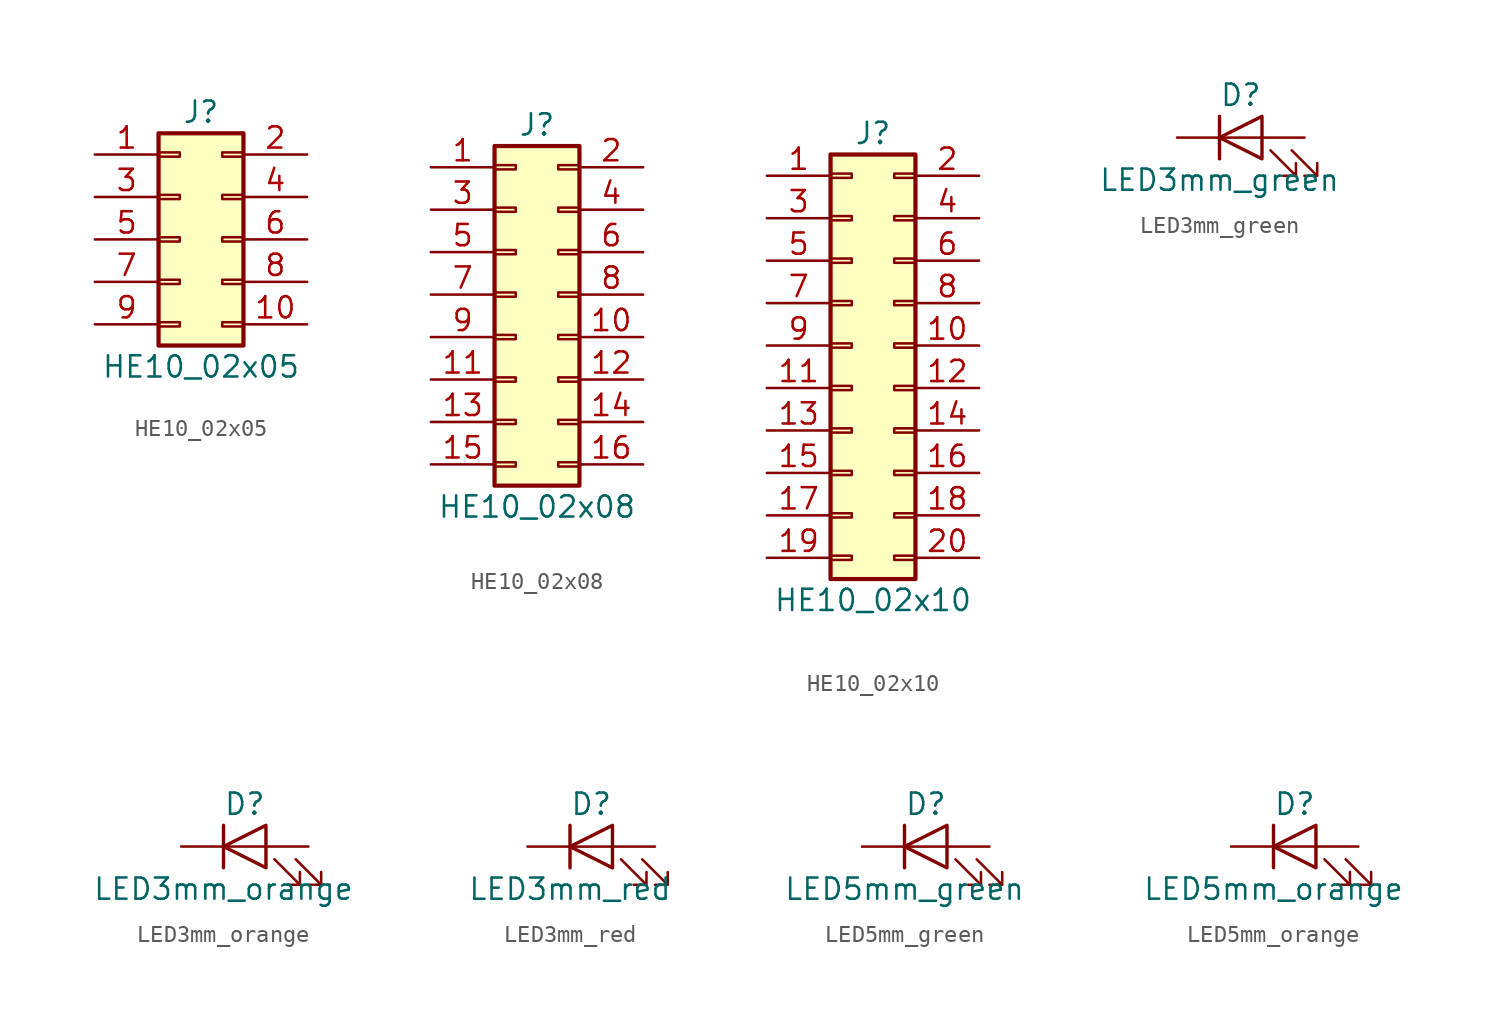
<source format=kicad_sym>
(kicad_symbol_lib
  (version 20231120)
  (generator "kicad_symbol_editor")
  (generator_version "8.0")
  (symbol "HE10_02x05"
    (pin_names
      (offset 1.016) hide)
    (property "Reference" "J"
      (at 1.27 7.62 0)
      (effects (font (size 1.27 1.27))))
    (property "Value" "HE10_02x05"
      (at 1.27 -7.62 0)
      (effects (font (size 1.27 1.27))))
    (symbol "HE10_02x05_1_1"
      (rectangle (start -1.27 -4.953) (end 0 -5.207) (stroke (width 0.152) (type default)) (fill (type none)))
      (rectangle (start -1.27 -2.413) (end 0 -2.667) (stroke (width 0.152) (type default)) (fill (type none)))
      (rectangle (start -1.27 0.127) (end 0 -0.127) (stroke (width 0.152) (type default)) (fill (type none)))
      (rectangle (start -1.27 2.667) (end 0 2.413) (stroke (width 0.152) (type default)) (fill (type none)))
      (rectangle (start -1.27 5.207) (end 0 4.953) (stroke (width 0.152) (type default)) (fill (type none)))
      (rectangle (start -1.27 6.35) (end 3.81 -6.35) (stroke (width 0.254) (type default)) (fill (type background)))
      (rectangle (start 3.81 -4.953) (end 2.54 -5.207) (stroke (width 0.152) (type default)) (fill (type none)))
      (rectangle (start 3.81 -2.413) (end 2.54 -2.667) (stroke (width 0.152) (type default)) (fill (type none)))
      (rectangle (start 3.81 0.127) (end 2.54 -0.127) (stroke (width 0.152) (type default)) (fill (type none)))
      (rectangle (start 3.81 2.667) (end 2.54 2.413) (stroke (width 0.152) (type default)) (fill (type none)))
      (rectangle (start 3.81 5.207) (end 2.54 4.953) (stroke (width 0.152) (type default)) (fill (type none)))
      (pin passive line (at -5.08 5.08 0) (length 3.81) (name "Pin_1" (effects (font (size 1.27 1.27)))) (number "1" (effects (font (size 1.27 1.27)))))
      (pin passive line (at 7.62 -5.08 180) (length 3.81) (name "Pin_10" (effects (font (size 1.27 1.27)))) (number "10" (effects (font (size 1.27 1.27)))))
      (pin passive line (at 7.62 5.08 180) (length 3.81) (name "Pin_2" (effects (font (size 1.27 1.27)))) (number "2" (effects (font (size 1.27 1.27)))))
      (pin passive line (at -5.08 2.54 0) (length 3.81) (name "Pin_3" (effects (font (size 1.27 1.27)))) (number "3" (effects (font (size 1.27 1.27)))))
      (pin passive line (at 7.62 2.54 180) (length 3.81) (name "Pin_4" (effects (font (size 1.27 1.27)))) (number "4" (effects (font (size 1.27 1.27)))))
      (pin passive line (at -5.08 0 0) (length 3.81) (name "Pin_5" (effects (font (size 1.27 1.27)))) (number "5" (effects (font (size 1.27 1.27)))))
      (pin passive line (at 7.62 0 180) (length 3.81) (name "Pin_6" (effects (font (size 1.27 1.27)))) (number "6" (effects (font (size 1.27 1.27)))))
      (pin passive line (at -5.08 -2.54 0) (length 3.81) (name "Pin_7" (effects (font (size 1.27 1.27)))) (number "7" (effects (font (size 1.27 1.27)))))
      (pin passive line (at 7.62 -2.54 180) (length 3.81) (name "Pin_8" (effects (font (size 1.27 1.27)))) (number "8" (effects (font (size 1.27 1.27)))))
      (pin passive line (at -5.08 -5.08 0) (length 3.81) (name "Pin_9" (effects (font (size 1.27 1.27)))) (number "9" (effects (font (size 1.27 1.27)))))))
  (symbol "HE10_02x08"
    (pin_names
      (offset 1.016) hide)
    (property "Reference" "J"
      (at 1.27 10.16 0)
      (effects (font (size 1.27 1.27))))
    (property "Value" "HE10_02x08"
      (at 1.27 -12.7 0)
      (effects (font (size 1.27 1.27))))
    (symbol "HE10_02x08_1_1"
      (rectangle (start -1.27 -10.033) (end 0 -10.287) (stroke (width 0.152) (type default)) (fill (type none)))
      (rectangle (start -1.27 -7.493) (end 0 -7.747) (stroke (width 0.152) (type default)) (fill (type none)))
      (rectangle (start -1.27 -4.953) (end 0 -5.207) (stroke (width 0.152) (type default)) (fill (type none)))
      (rectangle (start -1.27 -2.413) (end 0 -2.667) (stroke (width 0.152) (type default)) (fill (type none)))
      (rectangle (start -1.27 0.127) (end 0 -0.127) (stroke (width 0.152) (type default)) (fill (type none)))
      (rectangle (start -1.27 2.667) (end 0 2.413) (stroke (width 0.152) (type default)) (fill (type none)))
      (rectangle (start -1.27 5.207) (end 0 4.953) (stroke (width 0.152) (type default)) (fill (type none)))
      (rectangle (start -1.27 7.747) (end 0 7.493) (stroke (width 0.152) (type default)) (fill (type none)))
      (rectangle (start -1.27 8.89) (end 3.81 -11.43) (stroke (width 0.254) (type default)) (fill (type background)))
      (rectangle (start 3.81 -10.033) (end 2.54 -10.287) (stroke (width 0.152) (type default)) (fill (type none)))
      (rectangle (start 3.81 -7.493) (end 2.54 -7.747) (stroke (width 0.152) (type default)) (fill (type none)))
      (rectangle (start 3.81 -4.953) (end 2.54 -5.207) (stroke (width 0.152) (type default)) (fill (type none)))
      (rectangle (start 3.81 -2.413) (end 2.54 -2.667) (stroke (width 0.152) (type default)) (fill (type none)))
      (rectangle (start 3.81 0.127) (end 2.54 -0.127) (stroke (width 0.152) (type default)) (fill (type none)))
      (rectangle (start 3.81 2.667) (end 2.54 2.413) (stroke (width 0.152) (type default)) (fill (type none)))
      (rectangle (start 3.81 5.207) (end 2.54 4.953) (stroke (width 0.152) (type default)) (fill (type none)))
      (rectangle (start 3.81 7.747) (end 2.54 7.493) (stroke (width 0.152) (type default)) (fill (type none)))
      (pin passive line (at -5.08 7.62 0) (length 3.81) (name "Pin_1" (effects (font (size 1.27 1.27)))) (number "1" (effects (font (size 1.27 1.27)))))
      (pin passive line (at 7.62 -2.54 180) (length 3.81) (name "Pin_10" (effects (font (size 1.27 1.27)))) (number "10" (effects (font (size 1.27 1.27)))))
      (pin passive line (at -5.08 -5.08 0) (length 3.81) (name "Pin_11" (effects (font (size 1.27 1.27)))) (number "11" (effects (font (size 1.27 1.27)))))
      (pin passive line (at 7.62 -5.08 180) (length 3.81) (name "Pin_12" (effects (font (size 1.27 1.27)))) (number "12" (effects (font (size 1.27 1.27)))))
      (pin passive line (at -5.08 -7.62 0) (length 3.81) (name "Pin_13" (effects (font (size 1.27 1.27)))) (number "13" (effects (font (size 1.27 1.27)))))
      (pin passive line (at 7.62 -7.62 180) (length 3.81) (name "Pin_14" (effects (font (size 1.27 1.27)))) (number "14" (effects (font (size 1.27 1.27)))))
      (pin passive line (at -5.08 -10.16 0) (length 3.81) (name "Pin_15" (effects (font (size 1.27 1.27)))) (number "15" (effects (font (size 1.27 1.27)))))
      (pin passive line (at 7.62 -10.16 180) (length 3.81) (name "Pin_16" (effects (font (size 1.27 1.27)))) (number "16" (effects (font (size 1.27 1.27)))))
      (pin passive line (at 7.62 7.62 180) (length 3.81) (name "Pin_2" (effects (font (size 1.27 1.27)))) (number "2" (effects (font (size 1.27 1.27)))))
      (pin passive line (at -5.08 5.08 0) (length 3.81) (name "Pin_3" (effects (font (size 1.27 1.27)))) (number "3" (effects (font (size 1.27 1.27)))))
      (pin passive line (at 7.62 5.08 180) (length 3.81) (name "Pin_4" (effects (font (size 1.27 1.27)))) (number "4" (effects (font (size 1.27 1.27)))))
      (pin passive line (at -5.08 2.54 0) (length 3.81) (name "Pin_5" (effects (font (size 1.27 1.27)))) (number "5" (effects (font (size 1.27 1.27)))))
      (pin passive line (at 7.62 2.54 180) (length 3.81) (name "Pin_6" (effects (font (size 1.27 1.27)))) (number "6" (effects (font (size 1.27 1.27)))))
      (pin passive line (at -5.08 0 0) (length 3.81) (name "Pin_7" (effects (font (size 1.27 1.27)))) (number "7" (effects (font (size 1.27 1.27)))))
      (pin passive line (at 7.62 0 180) (length 3.81) (name "Pin_8" (effects (font (size 1.27 1.27)))) (number "8" (effects (font (size 1.27 1.27)))))
      (pin passive line (at -5.08 -2.54 0) (length 3.81) (name "Pin_9" (effects (font (size 1.27 1.27)))) (number "9" (effects (font (size 1.27 1.27)))))))
  (symbol "HE10_02x10"
    (pin_names
      (offset 1.016) hide)
    (property "Reference" "J"
      (at 1.27 12.7 0)
      (effects (font (size 1.27 1.27))))
    (property "Value" "HE10_02x10"
      (at 1.27 -15.24 0)
      (effects (font (size 1.27 1.27))))
    (symbol "HE10_02x10_1_1"
      (rectangle (start -1.27 -12.573) (end 0 -12.827) (stroke (width 0.152) (type default)) (fill (type none)))
      (rectangle (start -1.27 -10.033) (end 0 -10.287) (stroke (width 0.152) (type default)) (fill (type none)))
      (rectangle (start -1.27 -7.493) (end 0 -7.747) (stroke (width 0.152) (type default)) (fill (type none)))
      (rectangle (start -1.27 -4.953) (end 0 -5.207) (stroke (width 0.152) (type default)) (fill (type none)))
      (rectangle (start -1.27 -2.413) (end 0 -2.667) (stroke (width 0.152) (type default)) (fill (type none)))
      (rectangle (start -1.27 0.127) (end 0 -0.127) (stroke (width 0.152) (type default)) (fill (type none)))
      (rectangle (start -1.27 2.667) (end 0 2.413) (stroke (width 0.152) (type default)) (fill (type none)))
      (rectangle (start -1.27 5.207) (end 0 4.953) (stroke (width 0.152) (type default)) (fill (type none)))
      (rectangle (start -1.27 7.747) (end 0 7.493) (stroke (width 0.152) (type default)) (fill (type none)))
      (rectangle (start -1.27 10.287) (end 0 10.033) (stroke (width 0.152) (type default)) (fill (type none)))
      (rectangle (start -1.27 11.43) (end 3.81 -13.97) (stroke (width 0.254) (type default)) (fill (type background)))
      (rectangle (start 3.81 -12.573) (end 2.54 -12.827) (stroke (width 0.152) (type default)) (fill (type none)))
      (rectangle (start 3.81 -10.033) (end 2.54 -10.287) (stroke (width 0.152) (type default)) (fill (type none)))
      (rectangle (start 3.81 -7.493) (end 2.54 -7.747) (stroke (width 0.152) (type default)) (fill (type none)))
      (rectangle (start 3.81 -4.953) (end 2.54 -5.207) (stroke (width 0.152) (type default)) (fill (type none)))
      (rectangle (start 3.81 -2.413) (end 2.54 -2.667) (stroke (width 0.152) (type default)) (fill (type none)))
      (rectangle (start 3.81 0.127) (end 2.54 -0.127) (stroke (width 0.152) (type default)) (fill (type none)))
      (rectangle (start 3.81 2.667) (end 2.54 2.413) (stroke (width 0.152) (type default)) (fill (type none)))
      (rectangle (start 3.81 5.207) (end 2.54 4.953) (stroke (width 0.152) (type default)) (fill (type none)))
      (rectangle (start 3.81 7.747) (end 2.54 7.493) (stroke (width 0.152) (type default)) (fill (type none)))
      (rectangle (start 3.81 10.287) (end 2.54 10.033) (stroke (width 0.152) (type default)) (fill (type none)))
      (pin passive line (at -5.08 10.16 0) (length 3.81) (name "Pin_1" (effects (font (size 1.27 1.27)))) (number "1" (effects (font (size 1.27 1.27)))))
      (pin passive line (at 7.62 0 180) (length 3.81) (name "Pin_10" (effects (font (size 1.27 1.27)))) (number "10" (effects (font (size 1.27 1.27)))))
      (pin passive line (at -5.08 -2.54 0) (length 3.81) (name "Pin_11" (effects (font (size 1.27 1.27)))) (number "11" (effects (font (size 1.27 1.27)))))
      (pin passive line (at 7.62 -2.54 180) (length 3.81) (name "Pin_12" (effects (font (size 1.27 1.27)))) (number "12" (effects (font (size 1.27 1.27)))))
      (pin passive line (at -5.08 -5.08 0) (length 3.81) (name "Pin_13" (effects (font (size 1.27 1.27)))) (number "13" (effects (font (size 1.27 1.27)))))
      (pin passive line (at 7.62 -5.08 180) (length 3.81) (name "Pin_14" (effects (font (size 1.27 1.27)))) (number "14" (effects (font (size 1.27 1.27)))))
      (pin passive line (at -5.08 -7.62 0) (length 3.81) (name "Pin_15" (effects (font (size 1.27 1.27)))) (number "15" (effects (font (size 1.27 1.27)))))
      (pin passive line (at 7.62 -7.62 180) (length 3.81) (name "Pin_16" (effects (font (size 1.27 1.27)))) (number "16" (effects (font (size 1.27 1.27)))))
      (pin passive line (at -5.08 -10.16 0) (length 3.81) (name "Pin_17" (effects (font (size 1.27 1.27)))) (number "17" (effects (font (size 1.27 1.27)))))
      (pin passive line (at 7.62 -10.16 180) (length 3.81) (name "Pin_18" (effects (font (size 1.27 1.27)))) (number "18" (effects (font (size 1.27 1.27)))))
      (pin passive line (at -5.08 -12.7 0) (length 3.81) (name "Pin_19" (effects (font (size 1.27 1.27)))) (number "19" (effects (font (size 1.27 1.27)))))
      (pin passive line (at 7.62 10.16 180) (length 3.81) (name "Pin_2" (effects (font (size 1.27 1.27)))) (number "2" (effects (font (size 1.27 1.27)))))
      (pin passive line (at 7.62 -12.7 180) (length 3.81) (name "Pin_20" (effects (font (size 1.27 1.27)))) (number "20" (effects (font (size 1.27 1.27)))))
      (pin passive line (at -5.08 7.62 0) (length 3.81) (name "Pin_3" (effects (font (size 1.27 1.27)))) (number "3" (effects (font (size 1.27 1.27)))))
      (pin passive line (at 7.62 7.62 180) (length 3.81) (name "Pin_4" (effects (font (size 1.27 1.27)))) (number "4" (effects (font (size 1.27 1.27)))))
      (pin passive line (at -5.08 5.08 0) (length 3.81) (name "Pin_5" (effects (font (size 1.27 1.27)))) (number "5" (effects (font (size 1.27 1.27)))))
      (pin passive line (at 7.62 5.08 180) (length 3.81) (name "Pin_6" (effects (font (size 1.27 1.27)))) (number "6" (effects (font (size 1.27 1.27)))))
      (pin passive line (at -5.08 2.54 0) (length 3.81) (name "Pin_7" (effects (font (size 1.27 1.27)))) (number "7" (effects (font (size 1.27 1.27)))))
      (pin passive line (at 7.62 2.54 180) (length 3.81) (name "Pin_8" (effects (font (size 1.27 1.27)))) (number "8" (effects (font (size 1.27 1.27)))))
      (pin passive line (at -5.08 0 0) (length 3.81) (name "Pin_9" (effects (font (size 1.27 1.27)))) (number "9" (effects (font (size 1.27 1.27)))))))
  (symbol "LED3mm_green"
    (pin_numbers hide)
    (pin_names
      (offset 1.016) hide)
    (property "Reference" "D"
      (at 0 2.54 0)
      (effects (font (size 1.27 1.27))))
    (property "Value" "LED3mm_green"
      (at -1.27 -2.54 0)
      (effects (font (size 1.27 1.27))))
    (symbol "LED3mm_green_0_1"
      (polyline (pts (xy -1.27 -1.27) (xy -1.27 1.27)) (stroke (width 0.203) (type default)) (fill (type none)))
      (polyline (pts (xy -1.27 0) (xy 1.27 0)) (stroke (width 0) (type default)) (fill (type none)))
      (polyline (pts (xy 1.27 -1.27) (xy 1.27 1.27) (xy -1.27 0) (xy 1.27 -1.27)) (stroke (width 0.203) (type default)) (fill (type none)))
      (polyline (pts (xy 1.778 -0.762) (xy 3.302 -2.286) (xy 2.54 -2.286) (xy 3.302 -2.286) (xy 3.302 -1.524)) (stroke (width 0) (type default)) (fill (type none)))
      (polyline (pts (xy 3.048 -0.762) (xy 4.572 -2.286) (xy 3.81 -2.286) (xy 4.572 -2.286) (xy 4.572 -1.524)) (stroke (width 0) (type default)) (fill (type none))))
    (symbol "LED3mm_green_1_1"
      (pin passive line (at -3.81 0 0) (length 2.54) (name "K" (effects (font (size 1.27 1.27)))) (number "1" (effects (font (size 1.27 1.27)))))
      (pin passive line (at 3.81 0 180) (length 2.54) (name "A" (effects (font (size 1.27 1.27)))) (number "2" (effects (font (size 1.27 1.27)))))))
  (symbol "LED3mm_orange"
    (pin_numbers hide)
    (pin_names
      (offset 1.016) hide)
    (property "Reference" "D"
      (at 0 2.54 0)
      (effects (font (size 1.27 1.27))))
    (property "Value" "LED3mm_orange"
      (at -1.27 -2.54 0)
      (effects (font (size 1.27 1.27))))
    (symbol "LED3mm_orange_0_1"
      (polyline (pts (xy -1.27 -1.27) (xy -1.27 1.27)) (stroke (width 0.203) (type default)) (fill (type none)))
      (polyline (pts (xy -1.27 0) (xy 1.27 0)) (stroke (width 0) (type default)) (fill (type none)))
      (polyline (pts (xy 1.27 -1.27) (xy 1.27 1.27) (xy -1.27 0) (xy 1.27 -1.27)) (stroke (width 0.203) (type default)) (fill (type none)))
      (polyline (pts (xy 1.778 -0.762) (xy 3.302 -2.286) (xy 2.54 -2.286) (xy 3.302 -2.286) (xy 3.302 -1.524)) (stroke (width 0) (type default)) (fill (type none)))
      (polyline (pts (xy 3.048 -0.762) (xy 4.572 -2.286) (xy 3.81 -2.286) (xy 4.572 -2.286) (xy 4.572 -1.524)) (stroke (width 0) (type default)) (fill (type none))))
    (symbol "LED3mm_orange_1_1"
      (pin passive line (at -3.81 0 0) (length 2.54) (name "K" (effects (font (size 1.27 1.27)))) (number "1" (effects (font (size 1.27 1.27)))))
      (pin passive line (at 3.81 0 180) (length 2.54) (name "A" (effects (font (size 1.27 1.27)))) (number "2" (effects (font (size 1.27 1.27)))))))
  (symbol "LED3mm_red"
    (pin_numbers hide)
    (pin_names
      (offset 1.016) hide)
    (property "Reference" "D"
      (at 0 2.54 0)
      (effects (font (size 1.27 1.27))))
    (property "Value" "LED3mm_red"
      (at -1.27 -2.54 0)
      (effects (font (size 1.27 1.27))))
    (symbol "LED3mm_red_0_1"
      (polyline (pts (xy -1.27 -1.27) (xy -1.27 1.27)) (stroke (width 0.203) (type default)) (fill (type none)))
      (polyline (pts (xy -1.27 0) (xy 1.27 0)) (stroke (width 0) (type default)) (fill (type none)))
      (polyline (pts (xy 1.27 -1.27) (xy 1.27 1.27) (xy -1.27 0) (xy 1.27 -1.27)) (stroke (width 0.203) (type default)) (fill (type none)))
      (polyline (pts (xy 1.778 -0.762) (xy 3.302 -2.286) (xy 2.54 -2.286) (xy 3.302 -2.286) (xy 3.302 -1.524)) (stroke (width 0) (type default)) (fill (type none)))
      (polyline (pts (xy 3.048 -0.762) (xy 4.572 -2.286) (xy 3.81 -2.286) (xy 4.572 -2.286) (xy 4.572 -1.524)) (stroke (width 0) (type default)) (fill (type none))))
    (symbol "LED3mm_red_1_1"
      (pin passive line (at -3.81 0 0) (length 2.54) (name "K" (effects (font (size 1.27 1.27)))) (number "1" (effects (font (size 1.27 1.27)))))
      (pin passive line (at 3.81 0 180) (length 2.54) (name "A" (effects (font (size 1.27 1.27)))) (number "2" (effects (font (size 1.27 1.27)))))))
  (symbol "LED5mm_green"
    (pin_numbers hide)
    (pin_names
      (offset 1.016) hide)
    (property "Reference" "D"
      (at 0 2.54 0)
      (effects (font (size 1.27 1.27))))
    (property "Value" "LED5mm_green"
      (at -1.27 -2.54 0)
      (effects (font (size 1.27 1.27))))
    (symbol "LED5mm_green_0_1"
      (polyline (pts (xy -1.27 -1.27) (xy -1.27 1.27)) (stroke (width 0.203) (type default)) (fill (type none)))
      (polyline (pts (xy -1.27 0) (xy 1.27 0)) (stroke (width 0) (type default)) (fill (type none)))
      (polyline (pts (xy 1.27 -1.27) (xy 1.27 1.27) (xy -1.27 0) (xy 1.27 -1.27)) (stroke (width 0.203) (type default)) (fill (type none)))
      (polyline (pts (xy 1.778 -0.762) (xy 3.302 -2.286) (xy 2.54 -2.286) (xy 3.302 -2.286) (xy 3.302 -1.524)) (stroke (width 0) (type default)) (fill (type none)))
      (polyline (pts (xy 3.048 -0.762) (xy 4.572 -2.286) (xy 3.81 -2.286) (xy 4.572 -2.286) (xy 4.572 -1.524)) (stroke (width 0) (type default)) (fill (type none))))
    (symbol "LED5mm_green_1_1"
      (pin passive line (at -3.81 0 0) (length 2.54) (name "K" (effects (font (size 1.27 1.27)))) (number "1" (effects (font (size 1.27 1.27)))))
      (pin passive line (at 3.81 0 180) (length 2.54) (name "A" (effects (font (size 1.27 1.27)))) (number "2" (effects (font (size 1.27 1.27)))))))
  (symbol "LED5mm_orange"
    (pin_numbers hide)
    (pin_names
      (offset 1.016) hide)
    (property "Reference" "D"
      (at 0 2.54 0)
      (effects (font (size 1.27 1.27))))
    (property "Value" "LED5mm_orange"
      (at -1.27 -2.54 0)
      (effects (font (size 1.27 1.27))))
    (symbol "LED5mm_orange_0_1"
      (polyline (pts (xy -1.27 -1.27) (xy -1.27 1.27)) (stroke (width 0.203) (type default)) (fill (type none)))
      (polyline (pts (xy -1.27 0) (xy 1.27 0)) (stroke (width 0) (type default)) (fill (type none)))
      (polyline (pts (xy 1.27 -1.27) (xy 1.27 1.27) (xy -1.27 0) (xy 1.27 -1.27)) (stroke (width 0.203) (type default)) (fill (type none)))
      (polyline (pts (xy 1.778 -0.762) (xy 3.302 -2.286) (xy 2.54 -2.286) (xy 3.302 -2.286) (xy 3.302 -1.524)) (stroke (width 0) (type default)) (fill (type none)))
      (polyline (pts (xy 3.048 -0.762) (xy 4.572 -2.286) (xy 3.81 -2.286) (xy 4.572 -2.286) (xy 4.572 -1.524)) (stroke (width 0) (type default)) (fill (type none))))
    (symbol "LED5mm_orange_1_1"
      (pin passive line (at -3.81 0 0) (length 2.54) (name "K" (effects (font (size 1.27 1.27)))) (number "1" (effects (font (size 1.27 1.27)))))
      (pin passive line (at 3.81 0 180) (length 2.54) (name "A" (effects (font (size 1.27 1.27)))) (number "2" (effects (font (size 1.27 1.27))))))))
</source>
